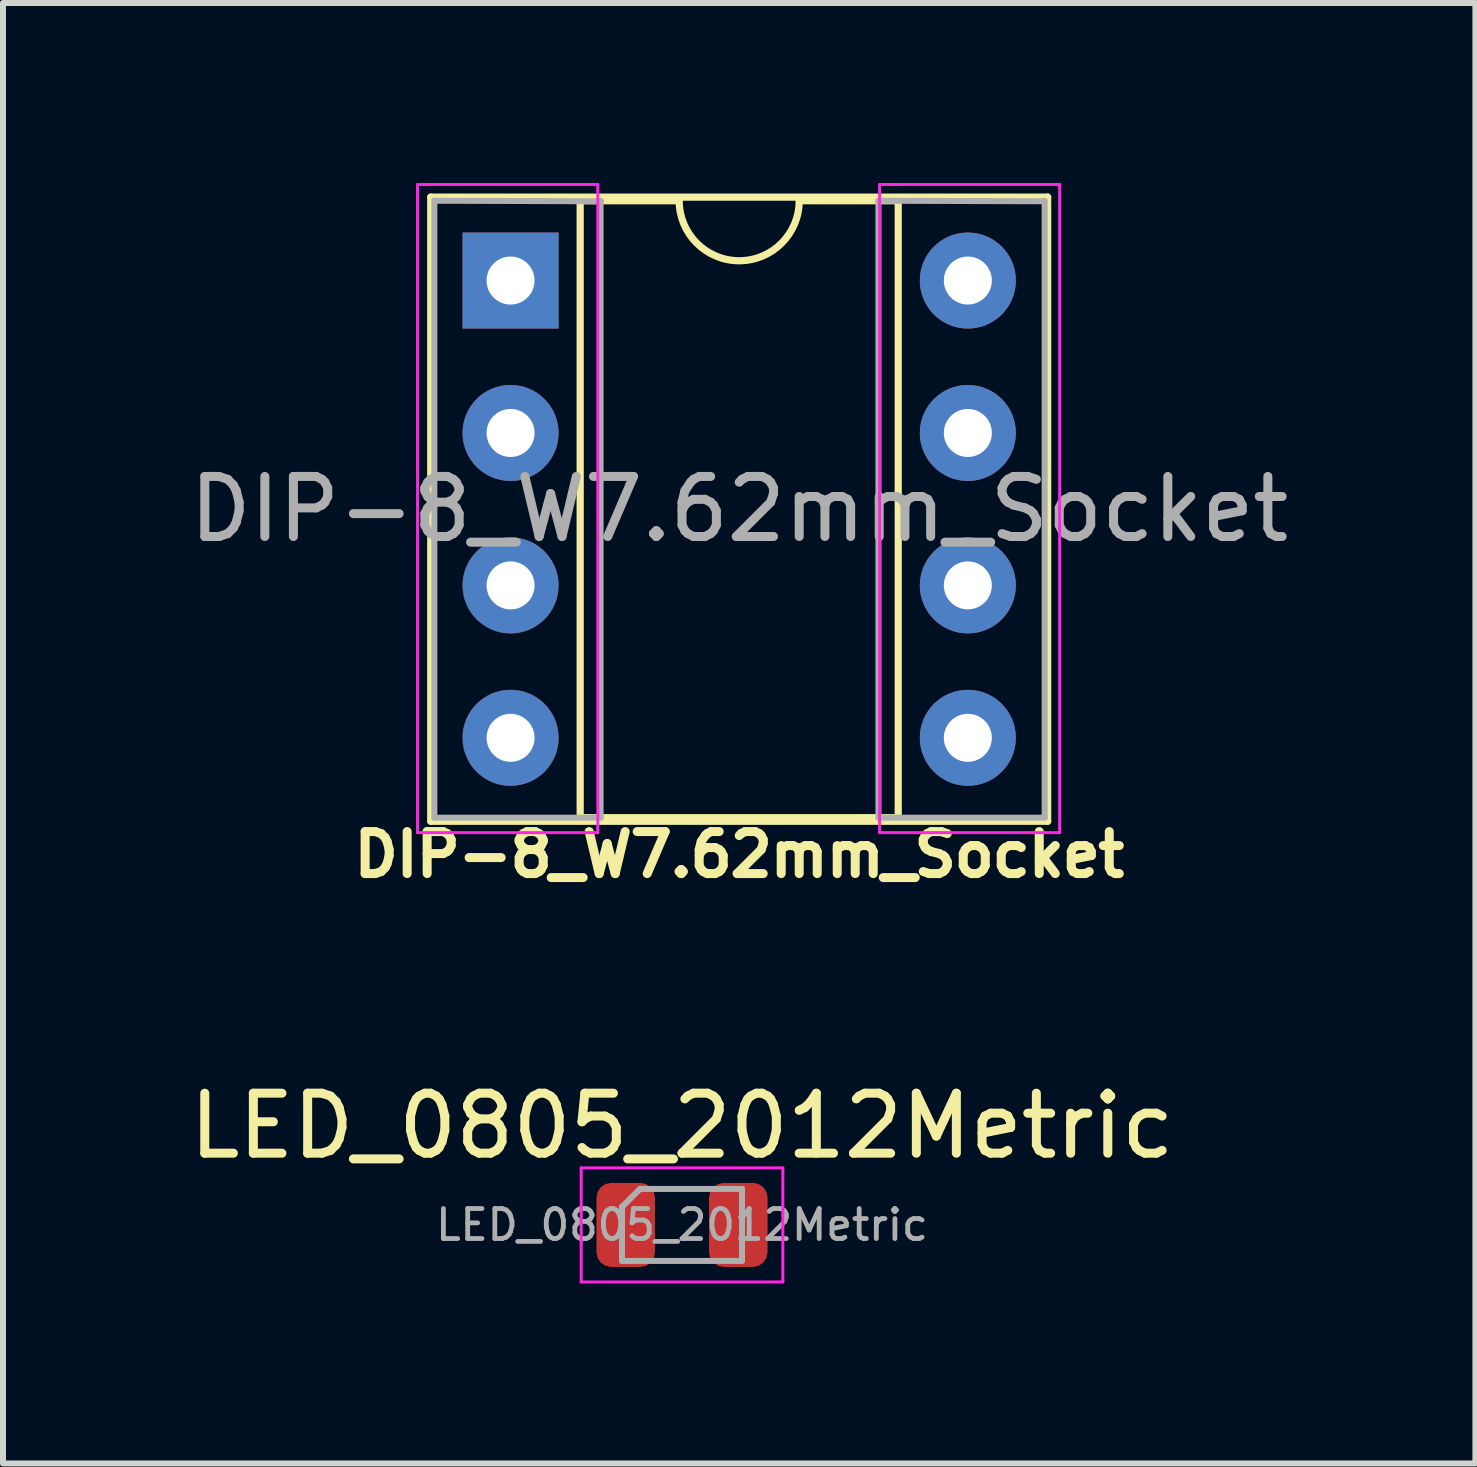
<source format=kicad_pcb>
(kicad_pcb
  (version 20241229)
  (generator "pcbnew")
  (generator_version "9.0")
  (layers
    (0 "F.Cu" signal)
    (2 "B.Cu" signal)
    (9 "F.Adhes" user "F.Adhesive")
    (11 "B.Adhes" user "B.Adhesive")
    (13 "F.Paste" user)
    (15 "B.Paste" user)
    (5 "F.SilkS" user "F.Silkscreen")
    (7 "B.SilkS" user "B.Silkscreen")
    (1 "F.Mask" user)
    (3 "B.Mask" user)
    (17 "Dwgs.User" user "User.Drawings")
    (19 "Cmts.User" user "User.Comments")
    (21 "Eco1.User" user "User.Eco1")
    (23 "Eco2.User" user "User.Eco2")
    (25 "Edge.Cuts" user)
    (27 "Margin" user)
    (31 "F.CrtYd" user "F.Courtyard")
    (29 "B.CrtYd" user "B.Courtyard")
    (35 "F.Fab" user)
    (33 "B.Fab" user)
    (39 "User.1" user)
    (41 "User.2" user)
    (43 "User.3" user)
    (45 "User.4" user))
  (footprint "LED_0805_2012Metric"
    (layer "F.Cu")
    (at 8.315 17.362)
    (property "Reference" "LED_0805_2012Metric" (at 0 -1.65 0) (layer "F.SilkS") (effects (font (size 1 1) (thickness 0.15))))
    (attr smd)
    (fp_line (start -1.68 -0.95) (end 1.68 -0.95) (stroke (width 0.05) (type solid)) (layer "F.CrtYd"))
    (fp_line (start -1.68 0.95) (end -1.68 -0.95) (stroke (width 0.05) (type solid)) (layer "F.CrtYd"))
    (fp_line (start 1.68 -0.95) (end 1.68 0.95) (stroke (width 0.05) (type solid)) (layer "F.CrtYd"))
    (fp_line (start 1.68 0.95) (end -1.68 0.95) (stroke (width 0.05) (type solid)) (layer "F.CrtYd"))
    (fp_line (start -1 -0.3) (end -1 0.6) (stroke (width 0.1) (type solid)) (layer "F.Fab"))
    (fp_line (start -1 0.6) (end 1 0.6) (stroke (width 0.1) (type solid)) (layer "F.Fab"))
    (fp_line (start -0.7 -0.6) (end -1 -0.3) (stroke (width 0.1) (type solid)) (layer "F.Fab"))
    (fp_line (start 1 -0.6) (end -0.7 -0.6) (stroke (width 0.1) (type solid)) (layer "F.Fab"))
    (fp_line (start 1 0.6) (end 1 -0.6) (stroke (width 0.1) (type solid)) (layer "F.Fab"))
    (fp_text user "${REFERENCE}" (at 0 0 0) (layer "F.Fab") (effects (font (size 0.5 0.5) (thickness 0.08))))
    (pad "1" smd roundrect (at -0.938 0) (size 0.975 1.4) (layers "F.Cu" "F.Mask" "F.Paste") (roundrect_rratio 0.25))
    (pad "2" smd roundrect (at 0.938 0) (size 0.975 1.4) (layers "F.Cu" "F.Mask" "F.Paste") (roundrect_rratio 0.25)))
  (footprint "DIP-8_W7.62mm_Socket"
    (layer "F.Cu")
    (at 5.458 1.625)
    (property "Reference" "DIP-8_W7.62mm_Socket" (at 3.81 9.566 0) (layer "F.SilkS") (effects (font (size 0.7 0.7) (thickness 0.15))))
    (attr through_hole)
    (fp_line (start -1.33 -1.39) (end -1.33 9.01) (stroke (width 0.12) (type solid)) (layer "F.SilkS"))
    (fp_line (start -1.33 9.01) (end 8.95 9.01) (stroke (width 0.12) (type solid)) (layer "F.SilkS"))
    (fp_line (start 1.16 -1.33) (end 1.16 8.95) (stroke (width 0.12) (type solid)) (layer "F.SilkS"))
    (fp_line (start 1.16 8.95) (end 6.46 8.95) (stroke (width 0.12) (type solid)) (layer "F.SilkS"))
    (fp_line (start 2.81 -1.33) (end 1.16 -1.33) (stroke (width 0.12) (type solid)) (layer "F.SilkS"))
    (fp_line (start 6.46 -1.33) (end 4.81 -1.33) (stroke (width 0.12) (type solid)) (layer "F.SilkS"))
    (fp_line (start 6.46 8.95) (end 6.46 -1.33) (stroke (width 0.12) (type solid)) (layer "F.SilkS"))
    (fp_line (start 8.95 -1.39) (end -1.33 -1.39) (stroke (width 0.12) (type solid)) (layer "F.SilkS"))
    (fp_line (start 8.95 9.01) (end 8.95 -1.39) (stroke (width 0.12) (type solid)) (layer "F.SilkS"))
    (fp_arc (start 4.81 -1.33) (mid 3.81 -0.33) (end 2.81 -1.33) (stroke (width 0.12) (type solid)) (layer "F.SilkS"))
    (fp_line (start -1.55 -1.6) (end -1.55 9.2) (stroke (width 0.05) (type solid)) (layer "F.CrtYd"))
    (fp_line (start -1.55 9.2) (end 1.454 9.2) (stroke (width 0.05) (type solid)) (layer "F.CrtYd"))
    (fp_line (start 1.454 -1.6) (end -1.55 -1.6) (stroke (width 0.05) (type solid)) (layer "F.CrtYd"))
    (fp_line (start 1.454 9.2) (end 1.454 -1.6) (stroke (width 0.05) (type solid)) (layer "F.CrtYd"))
    (fp_line (start 6.15 9.2) (end 6.15 -1.6) (stroke (width 0.05) (type solid)) (layer "F.CrtYd"))
    (fp_line (start 6.15 9.2) (end 9.15 9.2) (stroke (width 0.05) (type solid)) (layer "F.CrtYd"))
    (fp_line (start 9.15 -1.6) (end 6.15 -1.6) (stroke (width 0.05) (type solid)) (layer "F.CrtYd"))
    (fp_line (start 9.15 9.2) (end 9.15 -1.6) (stroke (width 0.05) (type solid)) (layer "F.CrtYd"))
    (fp_line (start -1.27 -1.33) (end -1.27 8.95) (stroke (width 0.1) (type solid)) (layer "F.Fab"))
    (fp_line (start -1.27 8.95) (end 1.5 8.95) (stroke (width 0.1) (type solid)) (layer "F.Fab"))
    (fp_line (start 1.5 -1.321) (end -1.27 -1.33) (stroke (width 0.1) (type solid)) (layer "F.Fab"))
    (fp_line (start 1.5 8.95) (end 1.5 -1.33) (stroke (width 0.1) (type solid)) (layer "F.Fab"))
    (fp_line (start 6.13 -1.33) (end 6.13 8.95) (stroke (width 0.1) (type solid)) (layer "F.Fab"))
    (fp_line (start 6.13 8.95) (end 8.9 8.95) (stroke (width 0.1) (type solid)) (layer "F.Fab"))
    (fp_line (start 8.9 -1.321) (end 6.13 -1.33) (stroke (width 0.1) (type solid)) (layer "F.Fab"))
    (fp_line (start 8.9 8.95) (end 8.9 -1.33) (stroke (width 0.1) (type solid)) (layer "F.Fab"))
    (fp_text user "${REFERENCE}" (at 3.81 3.81 0) (layer "F.Fab") (effects (font (size 1 1) (thickness 0.15))))
    (pad "1" thru_hole rect (at 0 0) (size 1.6 1.6) (drill 0.8) (layers "*.Cu" "*.Mask"))
    (pad "2" thru_hole oval (at 0 2.54) (size 1.6 1.6) (drill 0.8) (layers "*.Cu" "*.Mask"))
    (pad "3" thru_hole oval (at 0 5.08) (size 1.6 1.6) (drill 0.8) (layers "*.Cu" "*.Mask"))
    (pad "4" thru_hole oval (at 0 7.62) (size 1.6 1.6) (drill 0.8) (layers "*.Cu" "*.Mask"))
    (pad "5" thru_hole oval (at 7.62 7.62) (size 1.6 1.6) (drill 0.8) (layers "*.Cu" "*.Mask"))
    (pad "6" thru_hole oval (at 7.62 5.08) (size 1.6 1.6) (drill 0.8) (layers "*.Cu" "*.Mask"))
    (pad "7" thru_hole oval (at 7.62 2.54) (size 1.6 1.6) (drill 0.8) (layers "*.Cu" "*.Mask"))
    (pad "8" thru_hole oval (at 7.62 0) (size 1.6 1.6) (drill 0.8) (layers "*.Cu" "*.Mask")))
  (gr_rect
    (start -3 -3)
    (end 21.536 21.337)
    (stroke (width 0.1) (type default))
    (fill no)
    (layer "Edge.Cuts")))
</source>
